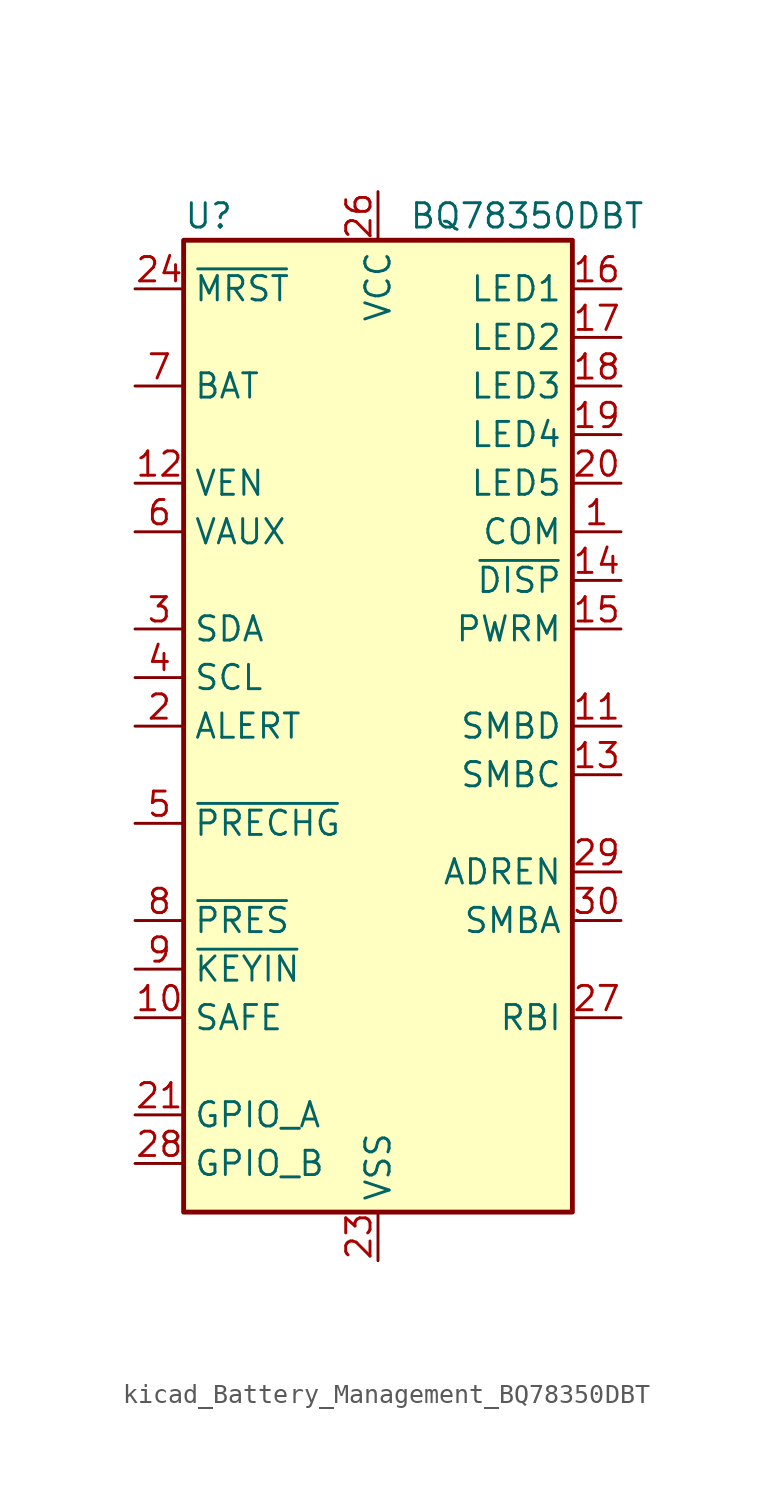
<source format=kicad_sym>
(kicad_symbol_lib
  (version 20220914)
  (generator kicad_symbol_editor)
  (symbol "kicad_Battery_Management_BQ78350DBT"
    (property "Reference" "U"
      (at -10.16 26.67 0)
      (effects (font (size 1.27 1.27)) (justify left)))
    (property "Value" "BQ78350DBT"
      (at 13.97 26.67 0)
      (effects (font (size 1.27 1.27)) (justify right)))
    (symbol "kicad_Battery_Management_BQ78350DBT_0_1"
      (rectangle (start -10.16 25.4) (end 10.16 -25.4) (stroke (width 0.254) (type default)) (fill (type background))))
    (symbol "kicad_Battery_Management_BQ78350DBT_1_1"
      (pin open_collector line (at 12.7 10.16 180) (length 2.54) (name "COM" (effects (font (size 1.27 1.27)))) (number "1" (effects (font (size 1.27 1.27)))))
      (pin output line (at -12.7 -15.24 0) (length 2.54) (name "SAFE" (effects (font (size 1.27 1.27)))) (number "10" (effects (font (size 1.27 1.27)))))
      (pin bidirectional line (at 12.7 0 180) (length 2.54) (name "SMBD" (effects (font (size 1.27 1.27)))) (number "11" (effects (font (size 1.27 1.27)))))
      (pin open_collector line (at -12.7 12.7 0) (length 2.54) (name "VEN" (effects (font (size 1.27 1.27)))) (number "12" (effects (font (size 1.27 1.27)))))
      (pin bidirectional line (at 12.7 -2.54 180) (length 2.54) (name "SMBC" (effects (font (size 1.27 1.27)))) (number "13" (effects (font (size 1.27 1.27)))))
      (pin input line (at 12.7 7.62 180) (length 2.54) (name "~{DISP}" (effects (font (size 1.27 1.27)))) (number "14" (effects (font (size 1.27 1.27)))))
      (pin open_collector line (at 12.7 5.08 180) (length 2.54) (name "PWRM" (effects (font (size 1.27 1.27)))) (number "15" (effects (font (size 1.27 1.27)))))
      (pin output line (at 12.7 22.86 180) (length 2.54) (name "LED1" (effects (font (size 1.27 1.27)))) (number "16" (effects (font (size 1.27 1.27)))))
      (pin output line (at 12.7 20.32 180) (length 2.54) (name "LED2" (effects (font (size 1.27 1.27)))) (number "17" (effects (font (size 1.27 1.27)))))
      (pin output line (at 12.7 17.78 180) (length 2.54) (name "LED3" (effects (font (size 1.27 1.27)))) (number "18" (effects (font (size 1.27 1.27)))))
      (pin output line (at 12.7 15.24 180) (length 2.54) (name "LED4" (effects (font (size 1.27 1.27)))) (number "19" (effects (font (size 1.27 1.27)))))
      (pin bidirectional line (at -12.7 0 0) (length 2.54) (name "ALERT" (effects (font (size 1.27 1.27)))) (number "2" (effects (font (size 1.27 1.27)))))
      (pin output line (at 12.7 12.7 180) (length 2.54) (name "LED5" (effects (font (size 1.27 1.27)))) (number "20" (effects (font (size 1.27 1.27)))))
      (pin bidirectional line (at -12.7 -20.32 0) (length 2.54) (name "GPIO_A" (effects (font (size 1.27 1.27)))) (number "21" (effects (font (size 1.27 1.27)))))
      (pin passive line (at 0 -27.94 90) (length 2.54) hide (name "VSS" (effects (font (size 1.27 1.27)))) (number "22" (effects (font (size 1.27 1.27)))))
      (pin power_in line (at 0 -27.94 90) (length 2.54) (name "VSS" (effects (font (size 1.27 1.27)))) (number "23" (effects (font (size 1.27 1.27)))))
      (pin input line (at -12.7 22.86 0) (length 2.54) (name "~{MRST}" (effects (font (size 1.27 1.27)))) (number "24" (effects (font (size 1.27 1.27)))))
      (pin passive line (at 0 -27.94 90) (length 2.54) hide (name "VSS" (effects (font (size 1.27 1.27)))) (number "25" (effects (font (size 1.27 1.27)))))
      (pin power_in line (at 0 27.94 270) (length 2.54) (name "VCC" (effects (font (size 1.27 1.27)))) (number "26" (effects (font (size 1.27 1.27)))))
      (pin passive line (at 12.7 -15.24 180) (length 2.54) (name "RBI" (effects (font (size 1.27 1.27)))) (number "27" (effects (font (size 1.27 1.27)))))
      (pin bidirectional line (at -12.7 -22.86 0) (length 2.54) (name "GPIO_B" (effects (font (size 1.27 1.27)))) (number "28" (effects (font (size 1.27 1.27)))))
      (pin output line (at 12.7 -7.62 180) (length 2.54) (name "ADREN" (effects (font (size 1.27 1.27)))) (number "29" (effects (font (size 1.27 1.27)))))
      (pin bidirectional line (at -12.7 5.08 0) (length 2.54) (name "SDA" (effects (font (size 1.27 1.27)))) (number "3" (effects (font (size 1.27 1.27)))))
      (pin input line (at 12.7 -10.16 180) (length 2.54) (name "SMBA" (effects (font (size 1.27 1.27)))) (number "30" (effects (font (size 1.27 1.27)))))
      (pin output line (at -12.7 2.54 0) (length 2.54) (name "SCL" (effects (font (size 1.27 1.27)))) (number "4" (effects (font (size 1.27 1.27)))))
      (pin output line (at -12.7 -5.08 0) (length 2.54) (name "~{PRECHG}" (effects (font (size 1.27 1.27)))) (number "5" (effects (font (size 1.27 1.27)))))
      (pin input line (at -12.7 10.16 0) (length 2.54) (name "VAUX" (effects (font (size 1.27 1.27)))) (number "6" (effects (font (size 1.27 1.27)))))
      (pin input line (at -12.7 17.78 0) (length 2.54) (name "BAT" (effects (font (size 1.27 1.27)))) (number "7" (effects (font (size 1.27 1.27)))))
      (pin input line (at -12.7 -10.16 0) (length 2.54) (name "~{PRES}" (effects (font (size 1.27 1.27)))) (number "8" (effects (font (size 1.27 1.27)))))
      (pin input line (at -12.7 -12.7 0) (length 2.54) (name "~{KEYIN}" (effects (font (size 1.27 1.27)))) (number "9" (effects (font (size 1.27 1.27))))))))
</source>
